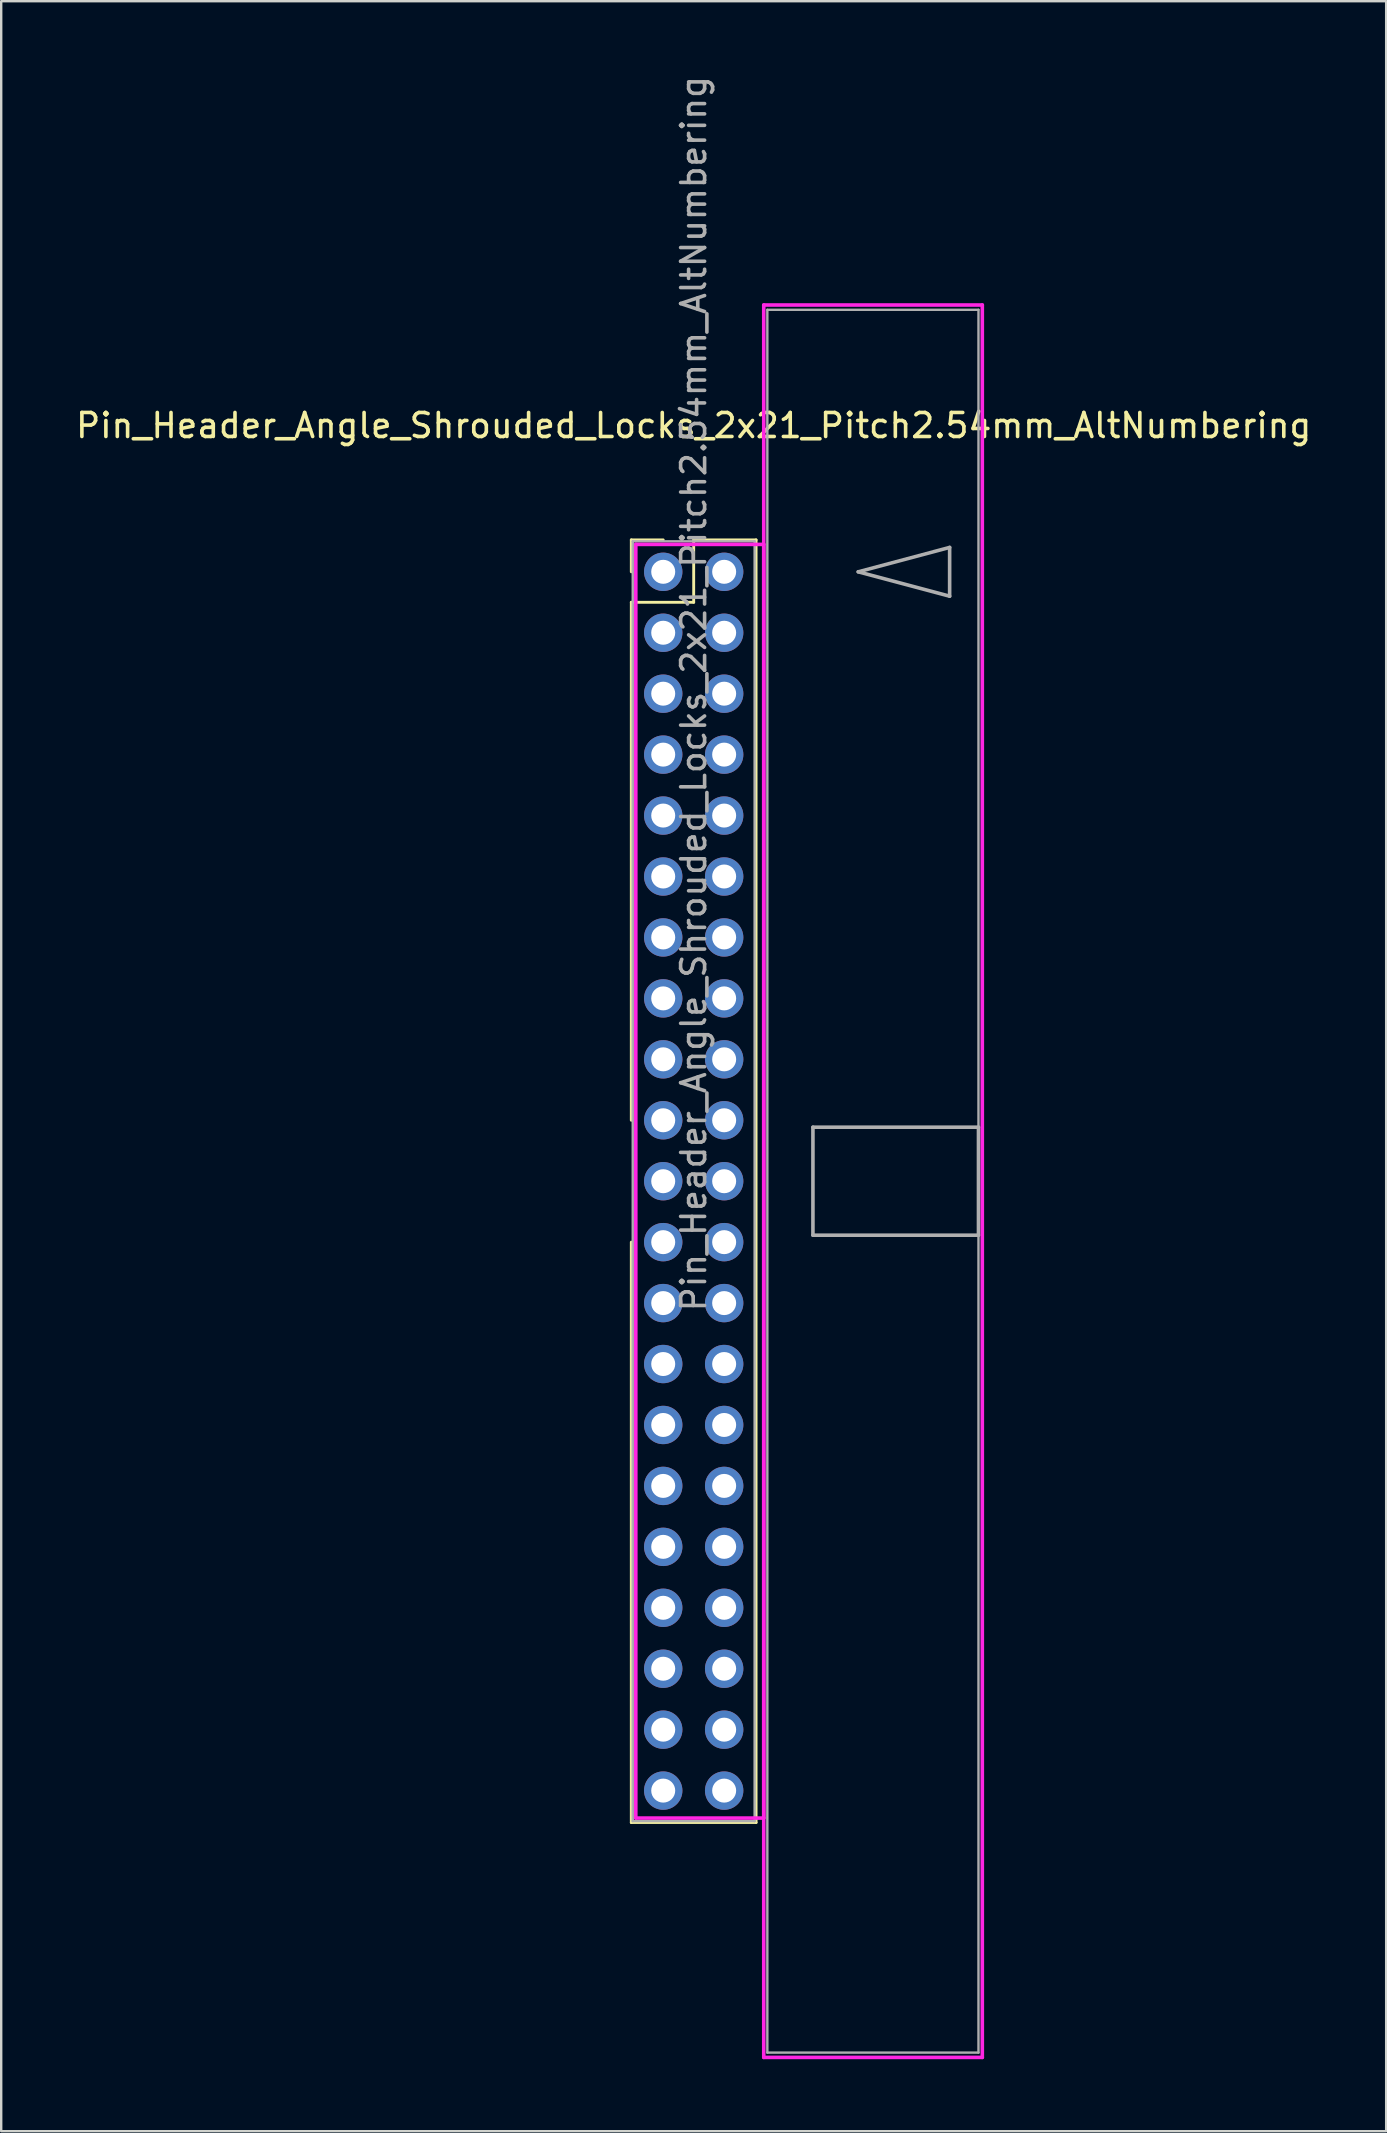
<source format=kicad_pcb>
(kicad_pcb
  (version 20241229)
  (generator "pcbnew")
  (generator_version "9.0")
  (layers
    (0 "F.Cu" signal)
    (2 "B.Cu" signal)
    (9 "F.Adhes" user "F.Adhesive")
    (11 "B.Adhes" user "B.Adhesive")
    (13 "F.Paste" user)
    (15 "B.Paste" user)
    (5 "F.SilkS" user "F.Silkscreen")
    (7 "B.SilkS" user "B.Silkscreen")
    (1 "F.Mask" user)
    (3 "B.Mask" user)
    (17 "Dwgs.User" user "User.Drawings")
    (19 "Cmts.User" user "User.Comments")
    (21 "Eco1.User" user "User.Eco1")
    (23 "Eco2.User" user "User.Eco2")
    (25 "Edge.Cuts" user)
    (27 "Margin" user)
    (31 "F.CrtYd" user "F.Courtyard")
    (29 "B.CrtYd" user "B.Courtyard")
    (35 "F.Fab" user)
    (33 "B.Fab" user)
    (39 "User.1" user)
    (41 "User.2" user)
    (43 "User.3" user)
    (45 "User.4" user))
  (footprint "Pin_Header_Angle_Shrouded_Locks_2x21_Pitch2.54mm_AltNumbering"
    (layer "F.Cu")
    (at 24.593 20.783)
    (property "Reference" "Pin_Header_Angle_Shrouded_Locks_2x21_Pitch2.54mm_AltNumbering" (at 1.27 -6.096 0) (layer "F.SilkS") (effects (font (size 1 1) (thickness 0.15))))
    (attr through_hole)
    (fp_line (start -1.33 -1.33) (end 0 -1.33) (stroke (width 0.12) (type solid)) (layer "F.SilkS"))
    (fp_line (start -1.33 0) (end -1.33 -1.33) (stroke (width 0.12) (type solid)) (layer "F.SilkS"))
    (fp_line (start -1.33 1.27) (end -1.33 22.86) (stroke (width 0.12) (type solid)) (layer "F.SilkS"))
    (fp_line (start -1.33 1.27) (end 1.27 1.27) (stroke (width 0.12) (type solid)) (layer "F.SilkS"))
    (fp_line (start -1.33 27.94) (end -1.33 52.13) (stroke (width 0.12) (type solid)) (layer "F.SilkS"))
    (fp_line (start -1.33 52.13) (end 3.87 52.13) (stroke (width 0.12) (type solid)) (layer "F.SilkS"))
    (fp_line (start 1.27 -1.33) (end 3.87 -1.33) (stroke (width 0.12) (type solid)) (layer "F.SilkS"))
    (fp_line (start 1.27 1.27) (end 1.27 -1.33) (stroke (width 0.12) (type solid)) (layer "F.SilkS"))
    (fp_line (start 3.87 -1.33) (end 3.87 52.13) (stroke (width 0.12) (type solid)) (layer "F.SilkS"))
    (fp_line (start -1.143 -1.143) (end -1.143 51.943) (stroke (width 0.15) (type solid)) (layer "F.CrtYd"))
    (fp_line (start -1.143 51.943) (end 4.19 51.943) (stroke (width 0.15) (type solid)) (layer "F.CrtYd"))
    (fp_line (start 4.19 -11.12) (end 4.19 61.92) (stroke (width 0.15) (type solid)) (layer "F.CrtYd"))
    (fp_line (start 4.19 -1.143) (end -1.143 -1.143) (stroke (width 0.15) (type solid)) (layer "F.CrtYd"))
    (fp_line (start 4.19 51.943) (end 4.19 -1.143) (stroke (width 0.15) (type solid)) (layer "F.CrtYd"))
    (fp_line (start 4.19 61.92) (end 13.3 61.92) (stroke (width 0.15) (type solid)) (layer "F.CrtYd"))
    (fp_line (start 13.3 -11.12) (end 4.19 -11.12) (stroke (width 0.15) (type solid)) (layer "F.CrtYd"))
    (fp_line (start 13.3 61.92) (end 13.3 -11.12) (stroke (width 0.15) (type solid)) (layer "F.CrtYd"))
    (fp_line (start -1.27 -1.27) (end -1.27 52.07) (stroke (width 0.1) (type solid)) (layer "F.Fab"))
    (fp_line (start -1.27 52.07) (end 3.81 52.07) (stroke (width 0.1) (type solid)) (layer "F.Fab"))
    (fp_line (start 3.81 -1.27) (end -1.27 -1.27) (stroke (width 0.1) (type solid)) (layer "F.Fab"))
    (fp_line (start 3.81 52.07) (end 3.81 -1.27) (stroke (width 0.1) (type solid)) (layer "F.Fab"))
    (fp_line (start 4.34 -10.92) (end 4.34 61.72) (stroke (width 0.1) (type solid)) (layer "F.Fab"))
    (fp_line (start 4.34 61.72) (end 13.14 61.72) (stroke (width 0.1) (type solid)) (layer "F.Fab"))
    (fp_line (start 6.24 23.15) (end 6.24 27.65) (stroke (width 0.15) (type solid)) (layer "F.Fab"))
    (fp_line (start 6.24 27.65) (end 13.14 27.65) (stroke (width 0.15) (type solid)) (layer "F.Fab"))
    (fp_line (start 8.128 0) (end 11.938 -1.016) (stroke (width 0.15) (type solid)) (layer "F.Fab"))
    (fp_line (start 11.938 -1.016) (end 11.938 1.016) (stroke (width 0.15) (type solid)) (layer "F.Fab"))
    (fp_line (start 11.938 1.016) (end 8.128 0) (stroke (width 0.15) (type solid)) (layer "F.Fab"))
    (fp_line (start 13.14 -10.92) (end 4.34 -10.92) (stroke (width 0.1) (type solid)) (layer "F.Fab"))
    (fp_line (start 13.14 23.15) (end 6.24 23.15) (stroke (width 0.15) (type solid)) (layer "F.Fab"))
    (fp_line (start 13.14 27.65) (end 13.14 23.15) (stroke (width 0.15) (type solid)) (layer "F.Fab"))
    (fp_line (start 13.14 61.72) (end 13.14 -10.92) (stroke (width 0.1) (type solid)) (layer "F.Fab"))
    (fp_text user "${REFERENCE}" (at 1.27 5.08 90) (layer "F.Fab") (effects (font (size 1 1) (thickness 0.15))))
    (pad "1" thru_hole oval (at 0 0) (size 1.6 1.6) (drill 1) (layers "*.Cu" "*.Mask"))
    (pad "2" thru_hole oval (at 0 2.54) (size 1.6 1.6) (drill 1) (layers "*.Cu" "*.Mask"))
    (pad "3" thru_hole oval (at 0 5.08) (size 1.6 1.6) (drill 1) (layers "*.Cu" "*.Mask"))
    (pad "4" thru_hole oval (at 0 7.62) (size 1.6 1.6) (drill 1) (layers "*.Cu" "*.Mask"))
    (pad "5" thru_hole oval (at 0 10.16) (size 1.6 1.6) (drill 1) (layers "*.Cu" "*.Mask"))
    (pad "6" thru_hole oval (at 0 12.7) (size 1.6 1.6) (drill 1) (layers "*.Cu" "*.Mask"))
    (pad "7" thru_hole oval (at 0 15.24) (size 1.6 1.6) (drill 1) (layers "*.Cu" "*.Mask"))
    (pad "8" thru_hole oval (at 0 17.78) (size 1.6 1.6) (drill 1) (layers "*.Cu" "*.Mask"))
    (pad "9" thru_hole oval (at 0 20.32) (size 1.6 1.6) (drill 1) (layers "*.Cu" "*.Mask"))
    (pad "10" thru_hole oval (at 0 22.86) (size 1.6 1.6) (drill 1) (layers "*.Cu" "*.Mask"))
    (pad "11" thru_hole oval (at 0 25.4) (size 1.6 1.6) (drill 1) (layers "*.Cu" "*.Mask"))
    (pad "12" thru_hole oval (at 0 27.94) (size 1.6 1.6) (drill 1) (layers "*.Cu" "*.Mask"))
    (pad "13" thru_hole oval (at 0 30.48) (size 1.6 1.6) (drill 1) (layers "*.Cu" "*.Mask"))
    (pad "14" thru_hole oval (at 0 33.02) (size 1.6 1.6) (drill 1) (layers "*.Cu" "*.Mask"))
    (pad "15" thru_hole oval (at 0 35.56) (size 1.6 1.6) (drill 1) (layers "*.Cu" "*.Mask"))
    (pad "16" thru_hole oval (at 0 38.1) (size 1.6 1.6) (drill 1) (layers "*.Cu" "*.Mask"))
    (pad "17" thru_hole oval (at 0 40.64) (size 1.6 1.6) (drill 1) (layers "*.Cu" "*.Mask"))
    (pad "18" thru_hole oval (at 0 43.18) (size 1.6 1.6) (drill 1) (layers "*.Cu" "*.Mask"))
    (pad "19" thru_hole oval (at 0 45.72) (size 1.6 1.6) (drill 1) (layers "*.Cu" "*.Mask"))
    (pad "20" thru_hole oval (at 0 48.26) (size 1.6 1.6) (drill 1) (layers "*.Cu" "*.Mask"))
    (pad "21" thru_hole oval (at 0 50.8) (size 1.6 1.6) (drill 1) (layers "*.Cu" "*.Mask"))
    (pad "22" thru_hole oval (at 2.54 0) (size 1.6 1.6) (drill 1) (layers "*.Cu" "*.Mask"))
    (pad "23" thru_hole oval (at 2.54 2.54) (size 1.6 1.6) (drill 1) (layers "*.Cu" "*.Mask"))
    (pad "24" thru_hole oval (at 2.54 5.08) (size 1.6 1.6) (drill 1) (layers "*.Cu" "*.Mask"))
    (pad "25" thru_hole oval (at 2.54 7.62) (size 1.6 1.6) (drill 1) (layers "*.Cu" "*.Mask"))
    (pad "26" thru_hole oval (at 2.54 10.16) (size 1.6 1.6) (drill 1) (layers "*.Cu" "*.Mask"))
    (pad "27" thru_hole oval (at 2.54 12.7) (size 1.6 1.6) (drill 1) (layers "*.Cu" "*.Mask"))
    (pad "28" thru_hole oval (at 2.54 15.24) (size 1.6 1.6) (drill 1) (layers "*.Cu" "*.Mask"))
    (pad "29" thru_hole oval (at 2.54 17.78) (size 1.6 1.6) (drill 1) (layers "*.Cu" "*.Mask"))
    (pad "30" thru_hole oval (at 2.54 20.32) (size 1.6 1.6) (drill 1) (layers "*.Cu" "*.Mask"))
    (pad "31" thru_hole oval (at 2.54 22.86) (size 1.6 1.6) (drill 1) (layers "*.Cu" "*.Mask"))
    (pad "32" thru_hole oval (at 2.54 25.4) (size 1.6 1.6) (drill 1) (layers "*.Cu" "*.Mask"))
    (pad "33" thru_hole oval (at 2.54 27.94) (size 1.6 1.6) (drill 1) (layers "*.Cu" "*.Mask"))
    (pad "34" thru_hole oval (at 2.54 30.48) (size 1.6 1.6) (drill 1) (layers "*.Cu" "*.Mask"))
    (pad "35" thru_hole oval (at 2.54 33.02) (size 1.6 1.6) (drill 1) (layers "*.Cu" "*.Mask"))
    (pad "36" thru_hole oval (at 2.54 35.56) (size 1.6 1.6) (drill 1) (layers "*.Cu" "*.Mask"))
    (pad "37" thru_hole oval (at 2.54 38.1) (size 1.6 1.6) (drill 1) (layers "*.Cu" "*.Mask"))
    (pad "38" thru_hole oval (at 2.54 40.64) (size 1.6 1.6) (drill 1) (layers "*.Cu" "*.Mask"))
    (pad "39" thru_hole oval (at 2.54 43.18) (size 1.6 1.6) (drill 1) (layers "*.Cu" "*.Mask"))
    (pad "40" thru_hole oval (at 2.54 45.72) (size 1.6 1.6) (drill 1) (layers "*.Cu" "*.Mask"))
    (pad "41" thru_hole oval (at 2.54 48.26) (size 1.6 1.6) (drill 1) (layers "*.Cu" "*.Mask"))
    (pad "42" thru_hole oval (at 2.54 50.8) (size 1.6 1.6) (drill 1) (layers "*.Cu" "*.Mask")))
  (gr_rect
    (start -3 -3)
    (end 54.726 85.778)
    (stroke (width 0.1) (type default))
    (fill no)
    (layer "Edge.Cuts")))
</source>
